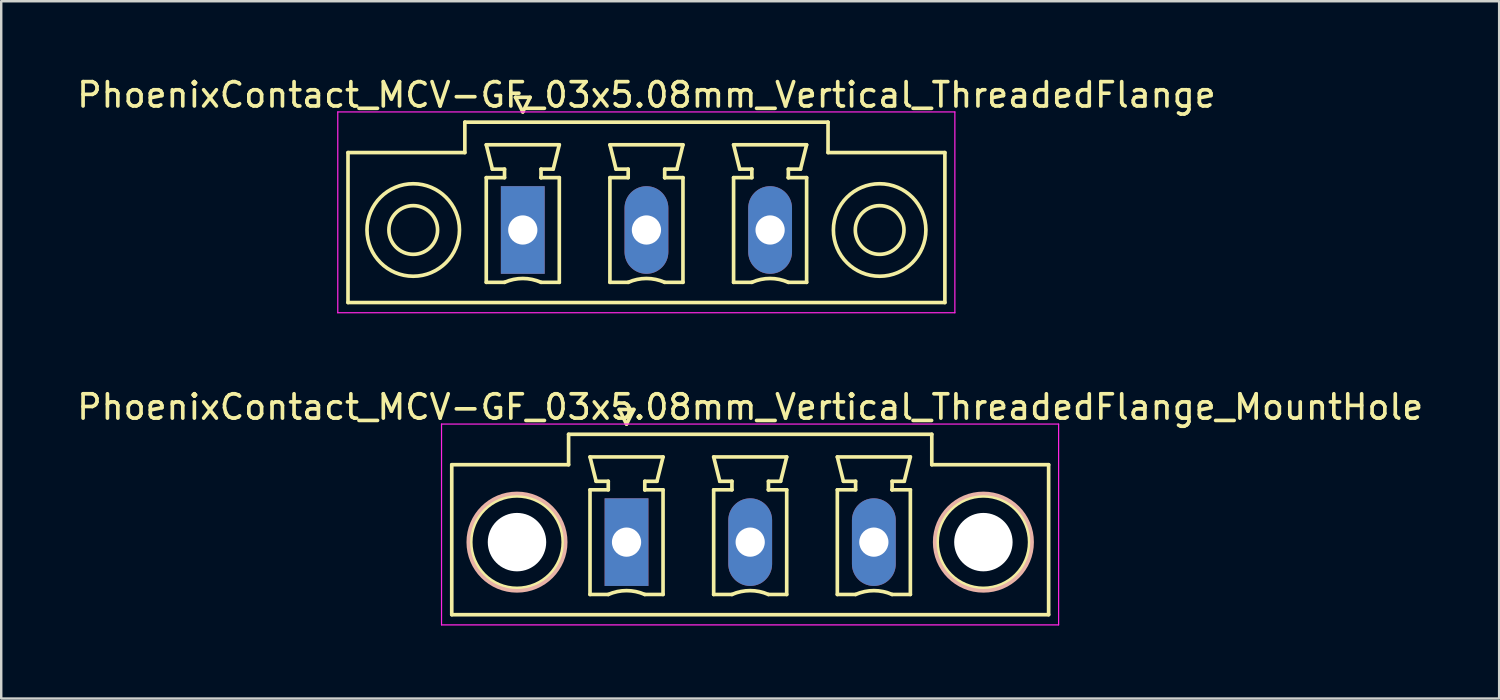
<source format=kicad_pcb>
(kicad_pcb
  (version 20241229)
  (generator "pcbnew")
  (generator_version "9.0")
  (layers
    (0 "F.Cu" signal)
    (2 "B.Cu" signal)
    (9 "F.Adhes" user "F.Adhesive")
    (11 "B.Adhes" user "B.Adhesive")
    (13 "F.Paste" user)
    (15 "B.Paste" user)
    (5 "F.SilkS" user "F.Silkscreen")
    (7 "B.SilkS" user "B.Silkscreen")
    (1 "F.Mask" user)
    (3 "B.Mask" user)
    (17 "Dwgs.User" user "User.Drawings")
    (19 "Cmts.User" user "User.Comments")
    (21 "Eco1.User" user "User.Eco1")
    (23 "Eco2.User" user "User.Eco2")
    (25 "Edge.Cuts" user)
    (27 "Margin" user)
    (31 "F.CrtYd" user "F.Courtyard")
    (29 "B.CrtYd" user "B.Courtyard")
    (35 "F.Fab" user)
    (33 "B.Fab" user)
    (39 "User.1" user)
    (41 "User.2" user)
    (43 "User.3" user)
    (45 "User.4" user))
  (footprint "PhoenixContact_MCV-GF_03x5.08mm_Vertical_ThreadedFlange"
    (layer "F.Cu")
    (at 18.426 6.398)
    (property "Reference" "PhoenixContact_MCV-GF_03x5.08mm_Vertical_ThreadedFlange" (at 5.08 -5.55 0) (layer "F.SilkS") (effects (font (size 1 1) (thickness 0.15))))
    (attr through_hole)
    (fp_line (start -7.18 -3.18) (end -7.18 2.98) (stroke (width 0.15) (type solid)) (layer "F.SilkS"))
    (fp_line (start -7.18 2.98) (end 17.34 2.98) (stroke (width 0.15) (type solid)) (layer "F.SilkS"))
    (fp_line (start -2.38 -4.43) (end -2.38 -3.18) (stroke (width 0.15) (type solid)) (layer "F.SilkS"))
    (fp_line (start -2.38 -3.18) (end -7.18 -3.18) (stroke (width 0.15) (type solid)) (layer "F.SilkS"))
    (fp_line (start -1.5 -3.5) (end 1.5 -3.5) (stroke (width 0.15) (type solid)) (layer "F.SilkS"))
    (fp_line (start -1.5 -2.15) (end -0.75 -2.15) (stroke (width 0.15) (type solid)) (layer "F.SilkS"))
    (fp_line (start -1.5 2.15) (end -1.5 -2.15) (stroke (width 0.15) (type solid)) (layer "F.SilkS"))
    (fp_line (start -1.25 -2.5) (end -1.5 -3.5) (stroke (width 0.15) (type solid)) (layer "F.SilkS"))
    (fp_line (start -0.75 -2.5) (end -1.25 -2.5) (stroke (width 0.15) (type solid)) (layer "F.SilkS"))
    (fp_line (start -0.75 -2.15) (end -0.75 -2.5) (stroke (width 0.15) (type solid)) (layer "F.SilkS"))
    (fp_line (start -0.75 2.15) (end -1.5 2.15) (stroke (width 0.15) (type solid)) (layer "F.SilkS"))
    (fp_line (start -0.3 -5.45) (end 0 -4.85) (stroke (width 0.15) (type solid)) (layer "F.SilkS"))
    (fp_line (start 0 -4.85) (end 0.3 -5.45) (stroke (width 0.15) (type solid)) (layer "F.SilkS"))
    (fp_line (start 0.3 -5.45) (end -0.3 -5.45) (stroke (width 0.15) (type solid)) (layer "F.SilkS"))
    (fp_line (start 0.75 -2.5) (end 0.75 -2.15) (stroke (width 0.15) (type solid)) (layer "F.SilkS"))
    (fp_line (start 0.75 -2.15) (end 0.75 -2.15) (stroke (width 0.15) (type solid)) (layer "F.SilkS"))
    (fp_line (start 0.75 -2.15) (end 1.5 -2.15) (stroke (width 0.15) (type solid)) (layer "F.SilkS"))
    (fp_line (start 1.25 -2.5) (end 0.75 -2.5) (stroke (width 0.15) (type solid)) (layer "F.SilkS"))
    (fp_line (start 1.5 -3.5) (end 1.25 -2.5) (stroke (width 0.15) (type solid)) (layer "F.SilkS"))
    (fp_line (start 1.5 -2.15) (end 1.5 2.15) (stroke (width 0.15) (type solid)) (layer "F.SilkS"))
    (fp_line (start 1.5 2.15) (end 0.75 2.15) (stroke (width 0.15) (type solid)) (layer "F.SilkS"))
    (fp_line (start 3.58 -3.5) (end 6.58 -3.5) (stroke (width 0.15) (type solid)) (layer "F.SilkS"))
    (fp_line (start 3.58 -2.15) (end 4.33 -2.15) (stroke (width 0.15) (type solid)) (layer "F.SilkS"))
    (fp_line (start 3.58 2.15) (end 3.58 -2.15) (stroke (width 0.15) (type solid)) (layer "F.SilkS"))
    (fp_line (start 3.83 -2.5) (end 3.58 -3.5) (stroke (width 0.15) (type solid)) (layer "F.SilkS"))
    (fp_line (start 4.33 -2.5) (end 3.83 -2.5) (stroke (width 0.15) (type solid)) (layer "F.SilkS"))
    (fp_line (start 4.33 -2.15) (end 4.33 -2.5) (stroke (width 0.15) (type solid)) (layer "F.SilkS"))
    (fp_line (start 4.33 2.15) (end 3.58 2.15) (stroke (width 0.15) (type solid)) (layer "F.SilkS"))
    (fp_line (start 5.83 -2.5) (end 5.83 -2.15) (stroke (width 0.15) (type solid)) (layer "F.SilkS"))
    (fp_line (start 5.83 -2.15) (end 5.83 -2.15) (stroke (width 0.15) (type solid)) (layer "F.SilkS"))
    (fp_line (start 5.83 -2.15) (end 6.58 -2.15) (stroke (width 0.15) (type solid)) (layer "F.SilkS"))
    (fp_line (start 6.33 -2.5) (end 5.83 -2.5) (stroke (width 0.15) (type solid)) (layer "F.SilkS"))
    (fp_line (start 6.58 -3.5) (end 6.33 -2.5) (stroke (width 0.15) (type solid)) (layer "F.SilkS"))
    (fp_line (start 6.58 -2.15) (end 6.58 2.15) (stroke (width 0.15) (type solid)) (layer "F.SilkS"))
    (fp_line (start 6.58 2.15) (end 5.83 2.15) (stroke (width 0.15) (type solid)) (layer "F.SilkS"))
    (fp_line (start 8.66 -3.5) (end 11.66 -3.5) (stroke (width 0.15) (type solid)) (layer "F.SilkS"))
    (fp_line (start 8.66 -2.15) (end 9.41 -2.15) (stroke (width 0.15) (type solid)) (layer "F.SilkS"))
    (fp_line (start 8.66 2.15) (end 8.66 -2.15) (stroke (width 0.15) (type solid)) (layer "F.SilkS"))
    (fp_line (start 8.91 -2.5) (end 8.66 -3.5) (stroke (width 0.15) (type solid)) (layer "F.SilkS"))
    (fp_line (start 9.41 -2.5) (end 8.91 -2.5) (stroke (width 0.15) (type solid)) (layer "F.SilkS"))
    (fp_line (start 9.41 -2.15) (end 9.41 -2.5) (stroke (width 0.15) (type solid)) (layer "F.SilkS"))
    (fp_line (start 9.41 2.15) (end 8.66 2.15) (stroke (width 0.15) (type solid)) (layer "F.SilkS"))
    (fp_line (start 10.91 -2.5) (end 10.91 -2.15) (stroke (width 0.15) (type solid)) (layer "F.SilkS"))
    (fp_line (start 10.91 -2.15) (end 10.91 -2.15) (stroke (width 0.15) (type solid)) (layer "F.SilkS"))
    (fp_line (start 10.91 -2.15) (end 11.66 -2.15) (stroke (width 0.15) (type solid)) (layer "F.SilkS"))
    (fp_line (start 11.41 -2.5) (end 10.91 -2.5) (stroke (width 0.15) (type solid)) (layer "F.SilkS"))
    (fp_line (start 11.66 -3.5) (end 11.41 -2.5) (stroke (width 0.15) (type solid)) (layer "F.SilkS"))
    (fp_line (start 11.66 -2.15) (end 11.66 2.15) (stroke (width 0.15) (type solid)) (layer "F.SilkS"))
    (fp_line (start 11.66 2.15) (end 10.91 2.15) (stroke (width 0.15) (type solid)) (layer "F.SilkS"))
    (fp_line (start 12.54 -4.43) (end -2.38 -4.43) (stroke (width 0.15) (type solid)) (layer "F.SilkS"))
    (fp_line (start 12.54 -3.18) (end 12.54 -4.43) (stroke (width 0.15) (type solid)) (layer "F.SilkS"))
    (fp_line (start 17.34 -3.18) (end 12.54 -3.18) (stroke (width 0.15) (type solid)) (layer "F.SilkS"))
    (fp_line (start 17.34 2.98) (end 17.34 -3.18) (stroke (width 0.15) (type solid)) (layer "F.SilkS"))
    (fp_arc (start -0.75 2.15) (mid -0.000193 1.99191) (end 0.749647 2.149844) (stroke (width 0.15) (type solid)) (layer "F.SilkS"))
    (fp_arc (start 4.33 2.15) (mid 5.079807 1.99191) (end 5.829647 2.149844) (stroke (width 0.15) (type solid)) (layer "F.SilkS"))
    (fp_arc (start 9.41 2.15) (mid 10.159807 1.99191) (end 10.909647 2.149844) (stroke (width 0.15) (type solid)) (layer "F.SilkS"))
    (fp_circle (center -4.5 0) (end -3.5 0) (stroke (width 0.15) (type solid)) (fill no) (layer "F.SilkS"))
    (fp_circle (center -4.5 0) (end -2.6 0) (stroke (width 0.15) (type solid)) (fill no) (layer "F.SilkS"))
    (fp_circle (center 14.66 0) (end 15.66 0) (stroke (width 0.15) (type solid)) (fill no) (layer "F.SilkS"))
    (fp_circle (center 14.66 0) (end 16.56 0) (stroke (width 0.15) (type solid)) (fill no) (layer "F.SilkS"))
    (fp_line (start -7.6 -4.85) (end -7.6 3.4) (stroke (width 0.05) (type solid)) (layer "F.CrtYd"))
    (fp_line (start -7.6 3.4) (end 17.75 3.4) (stroke (width 0.05) (type solid)) (layer "F.CrtYd"))
    (fp_line (start 17.75 -4.85) (end -7.6 -4.85) (stroke (width 0.05) (type solid)) (layer "F.CrtYd"))
    (fp_line (start 17.75 3.4) (end 17.75 -4.85) (stroke (width 0.05) (type solid)) (layer "F.CrtYd"))
    (pad "1" thru_hole rect (at 0 0) (size 1.8 3.6) (drill 1.2) (layers "*.Cu" "*.Mask"))
    (pad "2" thru_hole oval (at 5.08 0) (size 1.8 3.6) (drill 1.2) (layers "*.Cu" "*.Mask"))
    (pad "3" thru_hole oval (at 10.16 0) (size 1.8 3.6) (drill 1.2) (layers "*.Cu" "*.Mask")))
  (footprint "PhoenixContact_MCV-GF_03x5.08mm_Vertical_ThreadedFlange_MountHole"
    (layer "F.Cu")
    (at 22.688 19.221)
    (property "Reference" "PhoenixContact_MCV-GF_03x5.08mm_Vertical_ThreadedFlange_MountHole" (at 5.08 -5.55 0) (layer "F.SilkS") (effects (font (size 1 1) (thickness 0.15))))
    (attr through_hole)
    (fp_line (start -7.18 -3.18) (end -7.18 2.98) (stroke (width 0.15) (type solid)) (layer "F.SilkS"))
    (fp_line (start -7.18 2.98) (end 17.34 2.98) (stroke (width 0.15) (type solid)) (layer "F.SilkS"))
    (fp_line (start -2.38 -4.43) (end -2.38 -3.18) (stroke (width 0.15) (type solid)) (layer "F.SilkS"))
    (fp_line (start -2.38 -3.18) (end -7.18 -3.18) (stroke (width 0.15) (type solid)) (layer "F.SilkS"))
    (fp_line (start -1.5 -3.5) (end 1.5 -3.5) (stroke (width 0.15) (type solid)) (layer "F.SilkS"))
    (fp_line (start -1.5 -2.15) (end -0.75 -2.15) (stroke (width 0.15) (type solid)) (layer "F.SilkS"))
    (fp_line (start -1.5 2.15) (end -1.5 -2.15) (stroke (width 0.15) (type solid)) (layer "F.SilkS"))
    (fp_line (start -1.25 -2.5) (end -1.5 -3.5) (stroke (width 0.15) (type solid)) (layer "F.SilkS"))
    (fp_line (start -0.75 -2.5) (end -1.25 -2.5) (stroke (width 0.15) (type solid)) (layer "F.SilkS"))
    (fp_line (start -0.75 -2.15) (end -0.75 -2.5) (stroke (width 0.15) (type solid)) (layer "F.SilkS"))
    (fp_line (start -0.75 2.15) (end -1.5 2.15) (stroke (width 0.15) (type solid)) (layer "F.SilkS"))
    (fp_line (start -0.3 -5.45) (end 0 -4.85) (stroke (width 0.15) (type solid)) (layer "F.SilkS"))
    (fp_line (start 0 -4.85) (end 0.3 -5.45) (stroke (width 0.15) (type solid)) (layer "F.SilkS"))
    (fp_line (start 0.3 -5.45) (end -0.3 -5.45) (stroke (width 0.15) (type solid)) (layer "F.SilkS"))
    (fp_line (start 0.75 -2.5) (end 0.75 -2.15) (stroke (width 0.15) (type solid)) (layer "F.SilkS"))
    (fp_line (start 0.75 -2.15) (end 0.75 -2.15) (stroke (width 0.15) (type solid)) (layer "F.SilkS"))
    (fp_line (start 0.75 -2.15) (end 1.5 -2.15) (stroke (width 0.15) (type solid)) (layer "F.SilkS"))
    (fp_line (start 1.25 -2.5) (end 0.75 -2.5) (stroke (width 0.15) (type solid)) (layer "F.SilkS"))
    (fp_line (start 1.5 -3.5) (end 1.25 -2.5) (stroke (width 0.15) (type solid)) (layer "F.SilkS"))
    (fp_line (start 1.5 -2.15) (end 1.5 2.15) (stroke (width 0.15) (type solid)) (layer "F.SilkS"))
    (fp_line (start 1.5 2.15) (end 0.75 2.15) (stroke (width 0.15) (type solid)) (layer "F.SilkS"))
    (fp_line (start 3.58 -3.5) (end 6.58 -3.5) (stroke (width 0.15) (type solid)) (layer "F.SilkS"))
    (fp_line (start 3.58 -2.15) (end 4.33 -2.15) (stroke (width 0.15) (type solid)) (layer "F.SilkS"))
    (fp_line (start 3.58 2.15) (end 3.58 -2.15) (stroke (width 0.15) (type solid)) (layer "F.SilkS"))
    (fp_line (start 3.83 -2.5) (end 3.58 -3.5) (stroke (width 0.15) (type solid)) (layer "F.SilkS"))
    (fp_line (start 4.33 -2.5) (end 3.83 -2.5) (stroke (width 0.15) (type solid)) (layer "F.SilkS"))
    (fp_line (start 4.33 -2.15) (end 4.33 -2.5) (stroke (width 0.15) (type solid)) (layer "F.SilkS"))
    (fp_line (start 4.33 2.15) (end 3.58 2.15) (stroke (width 0.15) (type solid)) (layer "F.SilkS"))
    (fp_line (start 5.83 -2.5) (end 5.83 -2.15) (stroke (width 0.15) (type solid)) (layer "F.SilkS"))
    (fp_line (start 5.83 -2.15) (end 5.83 -2.15) (stroke (width 0.15) (type solid)) (layer "F.SilkS"))
    (fp_line (start 5.83 -2.15) (end 6.58 -2.15) (stroke (width 0.15) (type solid)) (layer "F.SilkS"))
    (fp_line (start 6.33 -2.5) (end 5.83 -2.5) (stroke (width 0.15) (type solid)) (layer "F.SilkS"))
    (fp_line (start 6.58 -3.5) (end 6.33 -2.5) (stroke (width 0.15) (type solid)) (layer "F.SilkS"))
    (fp_line (start 6.58 -2.15) (end 6.58 2.15) (stroke (width 0.15) (type solid)) (layer "F.SilkS"))
    (fp_line (start 6.58 2.15) (end 5.83 2.15) (stroke (width 0.15) (type solid)) (layer "F.SilkS"))
    (fp_line (start 8.66 -3.5) (end 11.66 -3.5) (stroke (width 0.15) (type solid)) (layer "F.SilkS"))
    (fp_line (start 8.66 -2.15) (end 9.41 -2.15) (stroke (width 0.15) (type solid)) (layer "F.SilkS"))
    (fp_line (start 8.66 2.15) (end 8.66 -2.15) (stroke (width 0.15) (type solid)) (layer "F.SilkS"))
    (fp_line (start 8.91 -2.5) (end 8.66 -3.5) (stroke (width 0.15) (type solid)) (layer "F.SilkS"))
    (fp_line (start 9.41 -2.5) (end 8.91 -2.5) (stroke (width 0.15) (type solid)) (layer "F.SilkS"))
    (fp_line (start 9.41 -2.15) (end 9.41 -2.5) (stroke (width 0.15) (type solid)) (layer "F.SilkS"))
    (fp_line (start 9.41 2.15) (end 8.66 2.15) (stroke (width 0.15) (type solid)) (layer "F.SilkS"))
    (fp_line (start 10.91 -2.5) (end 10.91 -2.15) (stroke (width 0.15) (type solid)) (layer "F.SilkS"))
    (fp_line (start 10.91 -2.15) (end 10.91 -2.15) (stroke (width 0.15) (type solid)) (layer "F.SilkS"))
    (fp_line (start 10.91 -2.15) (end 11.66 -2.15) (stroke (width 0.15) (type solid)) (layer "F.SilkS"))
    (fp_line (start 11.41 -2.5) (end 10.91 -2.5) (stroke (width 0.15) (type solid)) (layer "F.SilkS"))
    (fp_line (start 11.66 -3.5) (end 11.41 -2.5) (stroke (width 0.15) (type solid)) (layer "F.SilkS"))
    (fp_line (start 11.66 -2.15) (end 11.66 2.15) (stroke (width 0.15) (type solid)) (layer "F.SilkS"))
    (fp_line (start 11.66 2.15) (end 10.91 2.15) (stroke (width 0.15) (type solid)) (layer "F.SilkS"))
    (fp_line (start 12.54 -4.43) (end -2.38 -4.43) (stroke (width 0.15) (type solid)) (layer "F.SilkS"))
    (fp_line (start 12.54 -3.18) (end 12.54 -4.43) (stroke (width 0.15) (type solid)) (layer "F.SilkS"))
    (fp_line (start 17.34 -3.18) (end 12.54 -3.18) (stroke (width 0.15) (type solid)) (layer "F.SilkS"))
    (fp_line (start 17.34 2.98) (end 17.34 -3.18) (stroke (width 0.15) (type solid)) (layer "F.SilkS"))
    (fp_arc (start -0.75 2.15) (mid -0.000193 1.99191) (end 0.749647 2.149844) (stroke (width 0.15) (type solid)) (layer "F.SilkS"))
    (fp_arc (start 4.33 2.15) (mid 5.079807 1.99191) (end 5.829647 2.149844) (stroke (width 0.15) (type solid)) (layer "F.SilkS"))
    (fp_arc (start 9.41 2.15) (mid 10.159807 1.99191) (end 10.909647 2.149844) (stroke (width 0.15) (type solid)) (layer "F.SilkS"))
    (fp_circle (center -4.5 0) (end -2.6 0) (stroke (width 0.15) (type solid)) (fill no) (layer "F.SilkS"))
    (fp_circle (center 14.66 0) (end 16.56 0) (stroke (width 0.15) (type solid)) (fill no) (layer "F.SilkS"))
    (fp_circle (center -4.5 0) (end -2.5 0) (stroke (width 0.15) (type solid)) (fill no) (layer "B.SilkS"))
    (fp_circle (center 14.66 0) (end 16.66 0) (stroke (width 0.15) (type solid)) (fill no) (layer "B.SilkS"))
    (fp_line (start -7.6 -4.85) (end -7.6 3.4) (stroke (width 0.05) (type solid)) (layer "F.CrtYd"))
    (fp_line (start -7.6 3.4) (end 17.75 3.4) (stroke (width 0.05) (type solid)) (layer "F.CrtYd"))
    (fp_line (start 17.75 -4.85) (end -7.6 -4.85) (stroke (width 0.05) (type solid)) (layer "F.CrtYd"))
    (fp_line (start 17.75 3.4) (end 17.75 -4.85) (stroke (width 0.05) (type solid)) (layer "F.CrtYd"))
    (pad "" np_thru_hole circle (at -4.5 0) (size 2.4 2.4) (drill 2.4) (layers "*.Cu" "*.Mask"))
    (pad "" np_thru_hole circle (at 14.66 0) (size 2.4 2.4) (drill 2.4) (layers "*.Cu" "*.Mask"))
    (pad "1" thru_hole rect (at 0 0) (size 1.8 3.6) (drill 1.2) (layers "*.Cu" "*.Mask"))
    (pad "2" thru_hole oval (at 5.08 0) (size 1.8 3.6) (drill 1.2) (layers "*.Cu" "*.Mask"))
    (pad "3" thru_hole oval (at 10.16 0) (size 1.8 3.6) (drill 1.2) (layers "*.Cu" "*.Mask")))
  (gr_rect
    (start -3 -3)
    (end 58.536 25.646)
    (stroke (width 0.1) (type default))
    (fill no)
    (layer "Edge.Cuts")))
</source>
